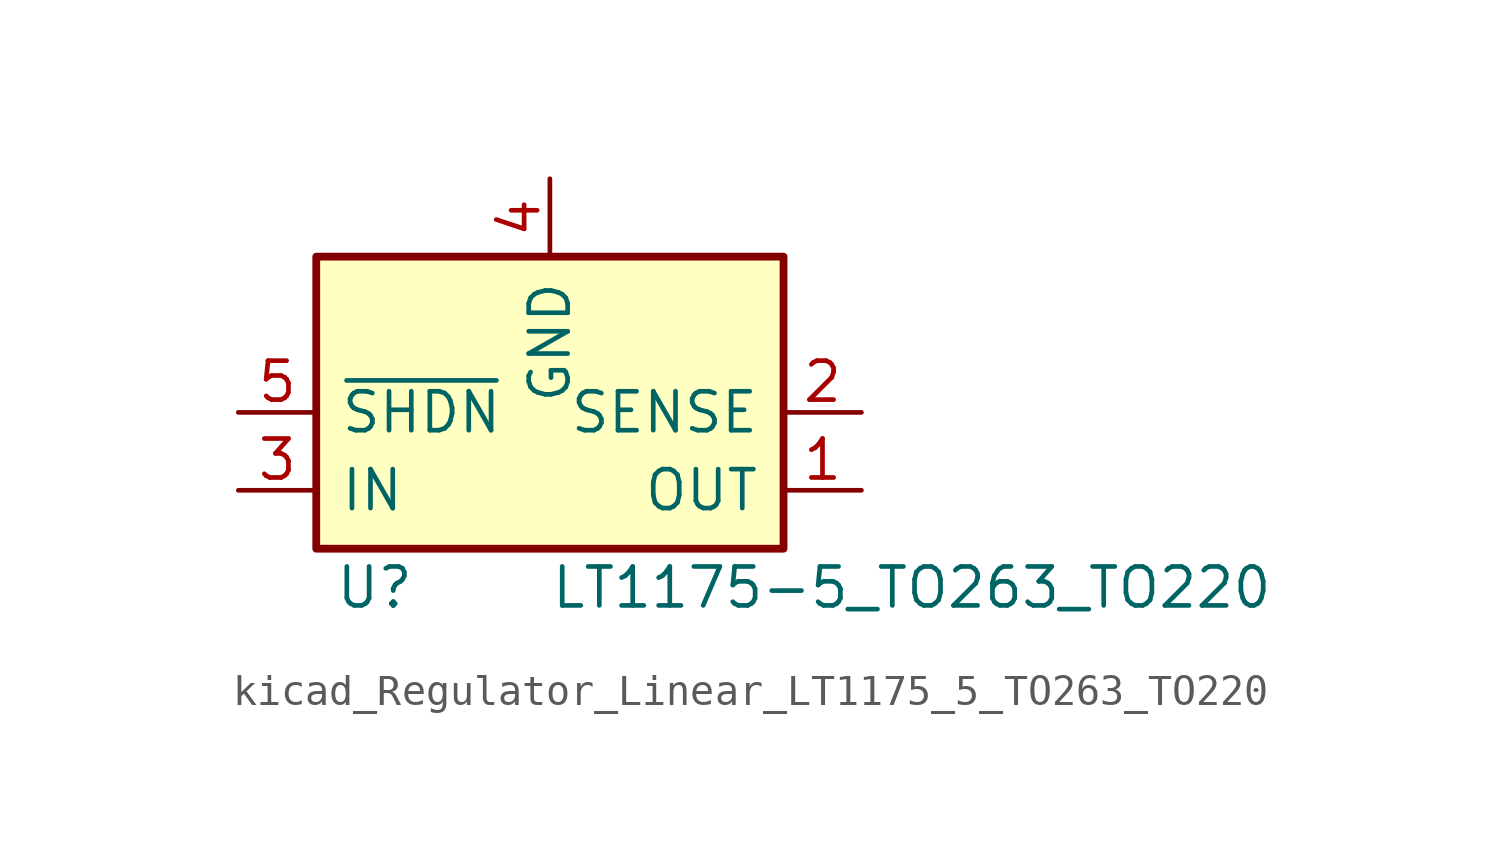
<source format=kicad_sym>
(kicad_symbol_lib
  (version 20220914)
  (generator kicad_symbol_editor)
  (symbol "kicad_Regulator_Linear_LT1175_5_TO263_TO220"
    (pin_names
      (offset 0.762))
    (property "Reference" "U"
      (at -5.715 -3.175 0)
      (effects (font (size 1.27 1.27))))
    (property "Value" "LT1175-5_TO263_TO220"
      (at 0 -3.175 0)
      (effects (font (size 1.27 1.27)) (justify left)))
    (symbol "kicad_Regulator_Linear_LT1175_5_TO263_TO220_0_1"
      (rectangle (start -7.62 -1.905) (end 7.62 7.62) (stroke (width 0.254) (type default)) (fill (type background))))
    (symbol "kicad_Regulator_Linear_LT1175_5_TO263_TO220_1_1"
      (pin power_out line (at 10.16 0 180) (length 2.54) (name "OUT" (effects (font (size 1.27 1.27)))) (number "1" (effects (font (size 1.27 1.27)))))
      (pin input line (at 10.16 2.54 180) (length 2.54) (name "SENSE" (effects (font (size 1.27 1.27)))) (number "2" (effects (font (size 1.27 1.27)))))
      (pin power_in line (at -10.16 0 0) (length 2.54) (name "IN" (effects (font (size 1.27 1.27)))) (number "3" (effects (font (size 1.27 1.27)))))
      (pin power_in line (at 0 10.16 270) (length 2.54) (name "GND" (effects (font (size 1.27 1.27)))) (number "4" (effects (font (size 1.27 1.27)))))
      (pin input line (at -10.16 2.54 0) (length 2.54) (name "~{SHDN}" (effects (font (size 1.27 1.27)))) (number "5" (effects (font (size 1.27 1.27))))))))
</source>
